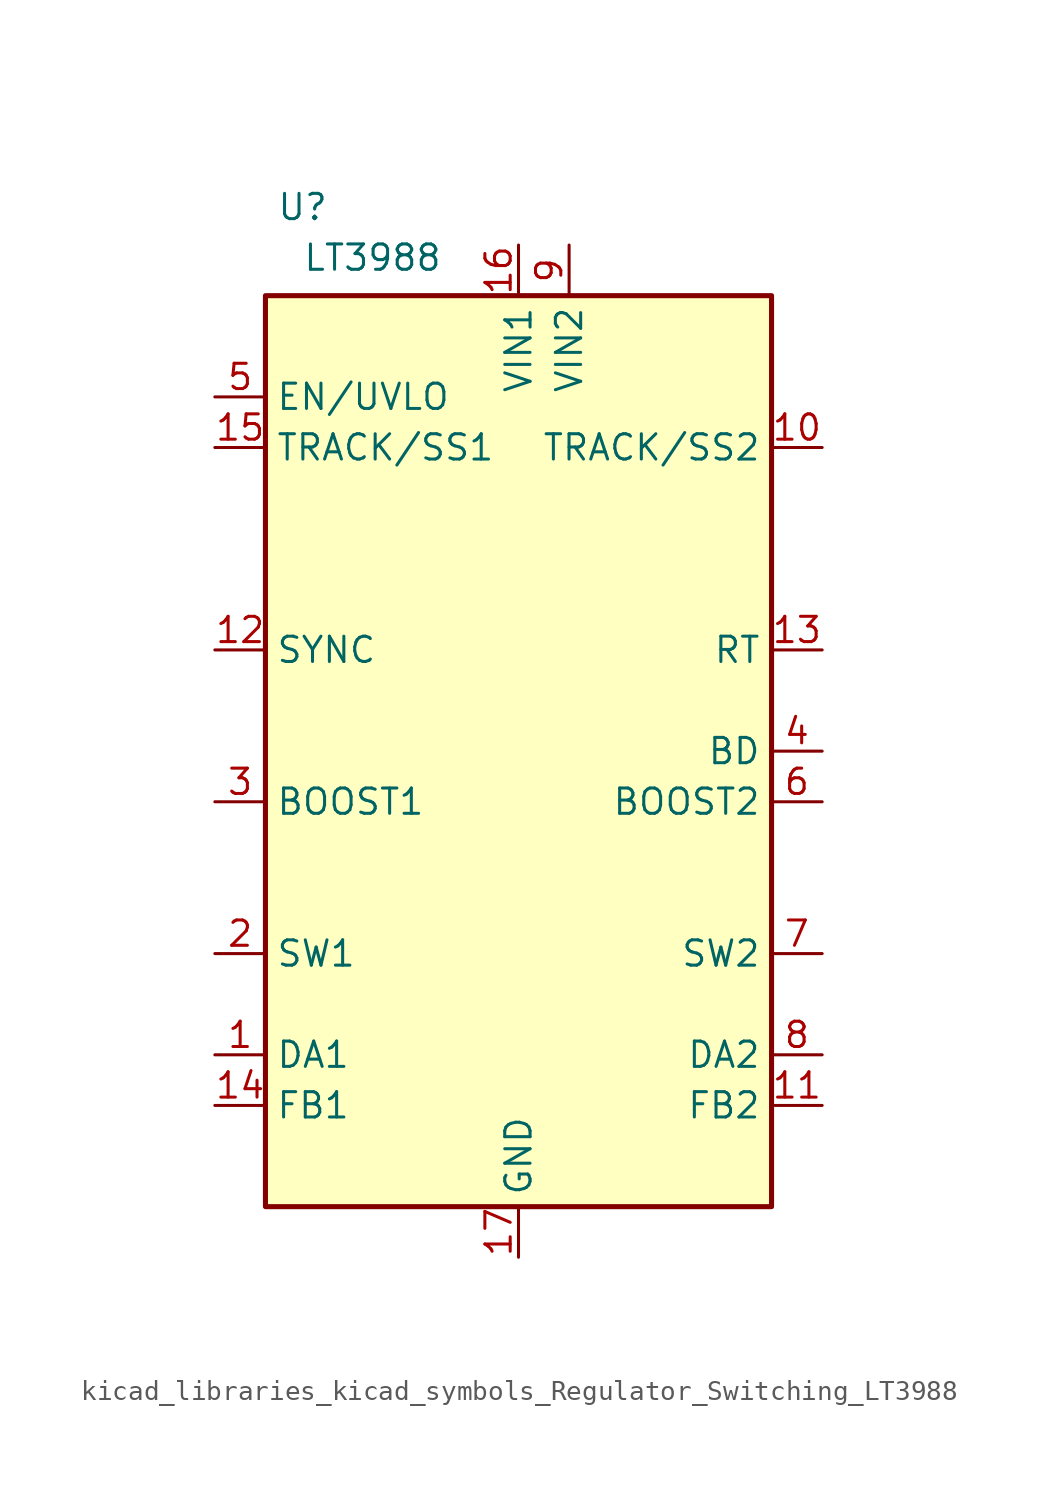
<source format=kicad_sym>
(kicad_symbol_lib
  (version 20220914)
  (generator kicad_symbol_editor)
  (symbol "kicad_libraries_kicad_symbols_Regulator_Switching_LT3988"
    (property "Reference" "U"
      (at -9.525 27.305 0)
      (effects (font (size 1.27 1.27)) (justify right)))
    (property "Value" "LT3988"
      (at -3.81 24.765 0)
      (effects (font (size 1.27 1.27)) (justify right)))
    (symbol "kicad_libraries_kicad_symbols_Regulator_Switching_LT3988_0_1"
      (rectangle (start -12.7 22.86) (end 12.7 -22.86) (stroke (width 0.254) (type default)) (fill (type background))))
    (symbol "kicad_libraries_kicad_symbols_Regulator_Switching_LT3988_1_1"
      (pin passive line (at -15.24 -15.24 0) (length 2.54) (name "DA1" (effects (font (size 1.27 1.27)))) (number "1" (effects (font (size 1.27 1.27)))))
      (pin passive line (at 15.24 15.24 180) (length 2.54) (name "TRACK/SS2" (effects (font (size 1.27 1.27)))) (number "10" (effects (font (size 1.27 1.27)))))
      (pin input line (at 15.24 -17.78 180) (length 2.54) (name "FB2" (effects (font (size 1.27 1.27)))) (number "11" (effects (font (size 1.27 1.27)))))
      (pin input line (at -15.24 5.08 0) (length 2.54) (name "SYNC" (effects (font (size 1.27 1.27)))) (number "12" (effects (font (size 1.27 1.27)))))
      (pin input line (at 15.24 5.08 180) (length 2.54) (name "RT" (effects (font (size 1.27 1.27)))) (number "13" (effects (font (size 1.27 1.27)))))
      (pin input line (at -15.24 -17.78 0) (length 2.54) (name "FB1" (effects (font (size 1.27 1.27)))) (number "14" (effects (font (size 1.27 1.27)))))
      (pin passive line (at -15.24 15.24 0) (length 2.54) (name "TRACK/SS1" (effects (font (size 1.27 1.27)))) (number "15" (effects (font (size 1.27 1.27)))))
      (pin power_in line (at 0 25.4 270) (length 2.54) (name "VIN1" (effects (font (size 1.27 1.27)))) (number "16" (effects (font (size 1.27 1.27)))))
      (pin power_in line (at 0 -25.4 90) (length 2.54) (name "GND" (effects (font (size 1.27 1.27)))) (number "17" (effects (font (size 1.27 1.27)))))
      (pin passive line (at -15.24 -10.16 0) (length 2.54) (name "SW1" (effects (font (size 1.27 1.27)))) (number "2" (effects (font (size 1.27 1.27)))))
      (pin passive line (at -15.24 -2.54 0) (length 2.54) (name "BOOST1" (effects (font (size 1.27 1.27)))) (number "3" (effects (font (size 1.27 1.27)))))
      (pin power_in line (at 15.24 0 180) (length 2.54) (name "BD" (effects (font (size 1.27 1.27)))) (number "4" (effects (font (size 1.27 1.27)))))
      (pin input line (at -15.24 17.78 0) (length 2.54) (name "EN/UVLO" (effects (font (size 1.27 1.27)))) (number "5" (effects (font (size 1.27 1.27)))))
      (pin passive line (at 15.24 -2.54 180) (length 2.54) (name "BOOST2" (effects (font (size 1.27 1.27)))) (number "6" (effects (font (size 1.27 1.27)))))
      (pin passive line (at 15.24 -10.16 180) (length 2.54) (name "SW2" (effects (font (size 1.27 1.27)))) (number "7" (effects (font (size 1.27 1.27)))))
      (pin passive line (at 15.24 -15.24 180) (length 2.54) (name "DA2" (effects (font (size 1.27 1.27)))) (number "8" (effects (font (size 1.27 1.27)))))
      (pin power_in line (at 2.54 25.4 270) (length 2.54) (name "VIN2" (effects (font (size 1.27 1.27)))) (number "9" (effects (font (size 1.27 1.27))))))))
</source>
